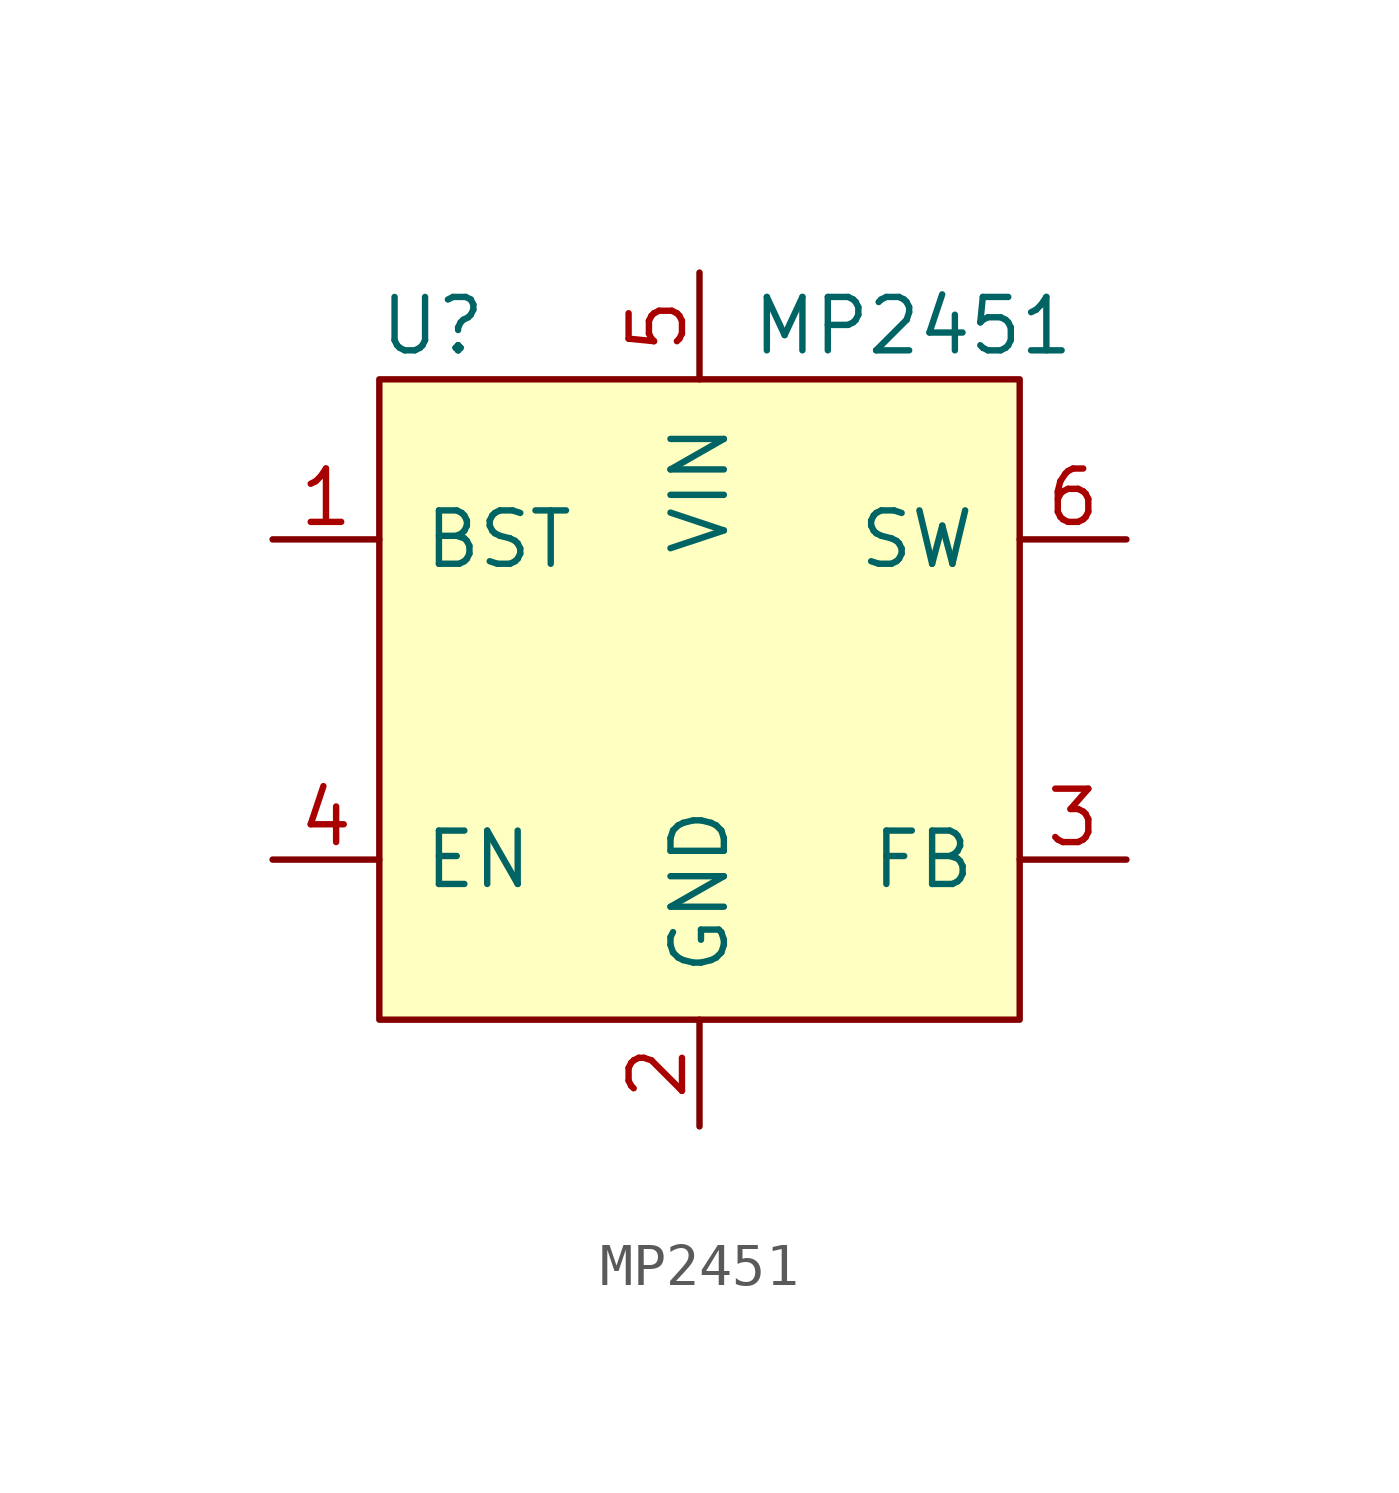
<source format=kicad_sym>
(kicad_symbol_lib
  (version 20211014)
  (generator kicad_symbol_editor)
  (symbol "MP2451"
    (pin_names
      (offset 1.016))
    (property "Reference" "U"
      (at -6.35 8.89 0)
      (effects (font (size 1.27 1.27))))
    (property "Value" "MP2451"
      (at 5.08 8.89 0)
      (effects (font (size 1.27 1.27))))
    (symbol "MP2451_0_1"
      (rectangle (start -7.62 7.62) (end 7.62 -7.62) (stroke (width 0) (type default) (color 0 0 0 0)) (fill (type background))))
    (symbol "MP2451_1_1"
      (pin power_out line (at -10.16 3.81 0) (length 2.54) (name "BST" (effects (font (size 1.27 1.27)))) (number "1" (effects (font (size 1.27 1.27)))))
      (pin power_in line (at 0 -10.16 90) (length 2.54) (name "GND" (effects (font (size 1.27 1.27)))) (number "2" (effects (font (size 1.27 1.27)))))
      (pin input line (at 10.16 -3.81 180) (length 2.54) (name "FB" (effects (font (size 1.27 1.27)))) (number "3" (effects (font (size 1.27 1.27)))))
      (pin input line (at -10.16 -3.81 0) (length 2.54) (name "EN" (effects (font (size 1.27 1.27)))) (number "4" (effects (font (size 1.27 1.27)))))
      (pin power_in line (at 0 10.16 270) (length 2.54) (name "VIN" (effects (font (size 1.27 1.27)))) (number "5" (effects (font (size 1.27 1.27)))))
      (pin output line (at 10.16 3.81 180) (length 2.54) (name "SW" (effects (font (size 1.27 1.27)))) (number "6" (effects (font (size 1.27 1.27))))))))
</source>
